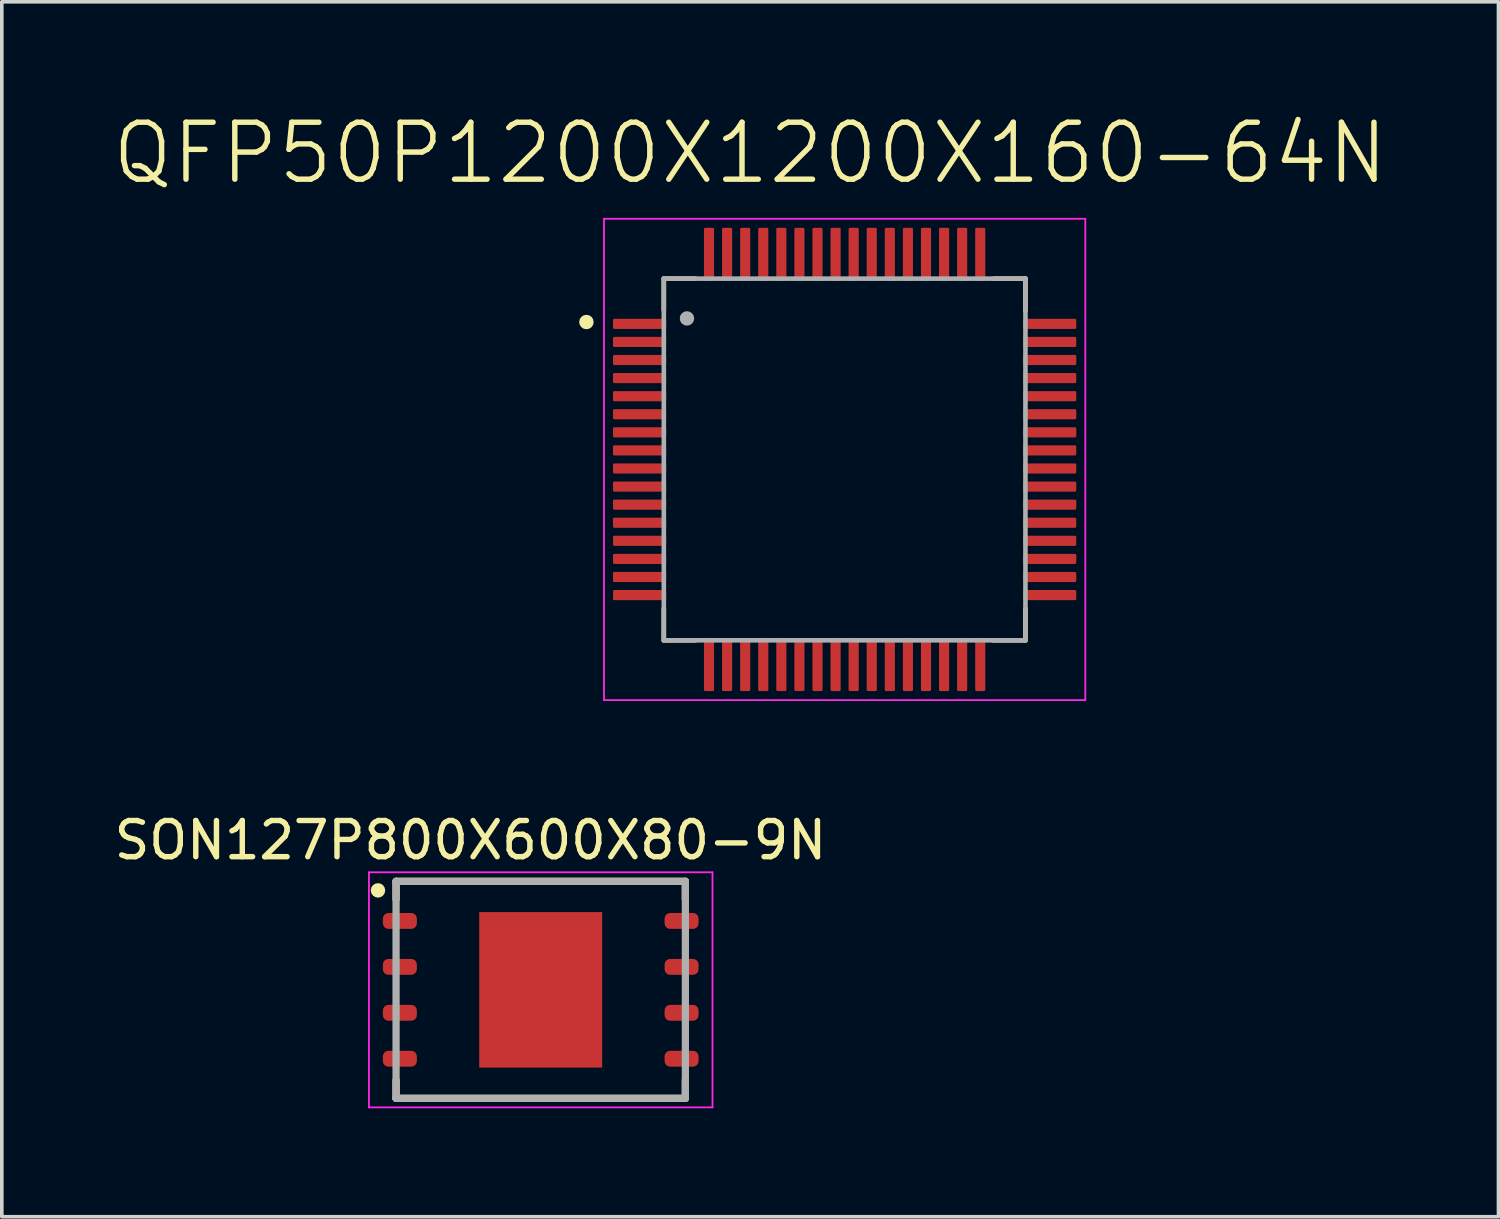
<source format=kicad_pcb>
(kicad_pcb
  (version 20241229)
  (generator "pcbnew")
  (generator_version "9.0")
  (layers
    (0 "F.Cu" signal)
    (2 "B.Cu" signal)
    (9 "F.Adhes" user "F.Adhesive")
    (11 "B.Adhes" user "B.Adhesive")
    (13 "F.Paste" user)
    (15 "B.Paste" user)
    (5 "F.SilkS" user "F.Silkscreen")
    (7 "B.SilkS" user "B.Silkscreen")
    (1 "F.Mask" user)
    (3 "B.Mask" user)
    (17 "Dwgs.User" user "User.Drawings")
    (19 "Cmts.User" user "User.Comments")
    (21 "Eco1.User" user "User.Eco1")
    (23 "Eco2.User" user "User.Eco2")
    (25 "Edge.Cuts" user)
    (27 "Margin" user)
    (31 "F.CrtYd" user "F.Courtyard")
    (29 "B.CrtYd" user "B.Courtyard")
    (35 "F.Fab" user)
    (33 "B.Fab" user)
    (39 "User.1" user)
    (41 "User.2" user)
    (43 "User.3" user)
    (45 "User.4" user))
  (footprint "SON127P800X600X80-9N"
    (layer "F.Cu")
    (at 11.902 24.321)
    (property "Reference" "SON127P800X600X80-9N" (at -1.943 -4.137 0) (layer "F.SilkS") (effects (font (size 1 1) (thickness 0.15))))
    (attr smd)
    (fp_line (start -4 -3) (end 4 -3) (stroke (width 0.2) (type solid)) (layer "F.SilkS"))
    (fp_line (start -4 -2.5) (end -4 -3) (stroke (width 0.2) (type solid)) (layer "F.SilkS"))
    (fp_line (start -4 2.5) (end -4 3) (stroke (width 0.2) (type solid)) (layer "F.SilkS"))
    (fp_line (start -4 3) (end 4 3) (stroke (width 0.2) (type solid)) (layer "F.SilkS"))
    (fp_line (start 4 -3) (end 4 -2.5) (stroke (width 0.2) (type solid)) (layer "F.SilkS"))
    (fp_line (start 4 3) (end 4 2.5) (stroke (width 0.2) (type solid)) (layer "F.SilkS"))
    (fp_circle (center -4.5 -2.75) (end -4.4 -2.75) (stroke (width 0.2) (type solid)) (fill no) (layer "F.SilkS"))
    (fp_poly (pts (xy -1.335 -0.185) (xy -1.335 -1.785) (xy -0.185 -1.785) (xy -0.185 -0.185)) (stroke (width 0.01) (type solid)) (fill yes) (layer "F.Paste"))
    (fp_poly (pts (xy -1.335 1.785) (xy -1.335 0.185) (xy -0.185 0.185) (xy -0.185 1.785)) (stroke (width 0.01) (type solid)) (fill yes) (layer "F.Paste"))
    (fp_poly (pts (xy 1.335 -1.785) (xy 1.335 -0.185) (xy 0.185 -0.185) (xy 0.185 -1.785)) (stroke (width 0.01) (type solid)) (fill yes) (layer "F.Paste"))
    (fp_poly (pts (xy 1.335 0.185) (xy 1.335 1.785) (xy 0.185 1.785) (xy 0.185 0.185)) (stroke (width 0.01) (type solid)) (fill yes) (layer "F.Paste"))
    (fp_line (start -4.75 -3.25) (end 4.75 -3.25) (stroke (width 0.05) (type solid)) (layer "F.CrtYd"))
    (fp_line (start -4.75 3.25) (end -4.75 -3.25) (stroke (width 0.05) (type solid)) (layer "F.CrtYd"))
    (fp_line (start 4.75 -3.25) (end 4.75 3.25) (stroke (width 0.05) (type solid)) (layer "F.CrtYd"))
    (fp_line (start 4.75 3.25) (end -4.75 3.25) (stroke (width 0.05) (type solid)) (layer "F.CrtYd"))
    (fp_line (start -4 -3) (end 4 -3) (stroke (width 0.2) (type solid)) (layer "F.Fab"))
    (fp_line (start -4 3) (end -4 -3) (stroke (width 0.2) (type solid)) (layer "F.Fab"))
    (fp_line (start 4 -3) (end 4 3) (stroke (width 0.2) (type solid)) (layer "F.Fab"))
    (fp_line (start 4 3) (end -4 3) (stroke (width 0.2) (type solid)) (layer "F.Fab"))
    (pad "1" smd roundrect (at -3.895 -1.905) (size 0.94 0.44) (layers "F.Cu" "F.Mask" "F.Paste") (roundrect_rratio 0.35))
    (pad "2" smd roundrect (at -3.895 -0.635) (size 0.94 0.44) (layers "F.Cu" "F.Mask" "F.Paste") (roundrect_rratio 0.35))
    (pad "3" smd roundrect (at -3.895 0.635) (size 0.94 0.44) (layers "F.Cu" "F.Mask" "F.Paste") (roundrect_rratio 0.35))
    (pad "4" smd roundrect (at -3.895 1.905) (size 0.94 0.44) (layers "F.Cu" "F.Mask" "F.Paste") (roundrect_rratio 0.35))
    (pad "5" smd roundrect (at 3.895 1.905) (size 0.94 0.44) (layers "F.Cu" "F.Mask" "F.Paste") (roundrect_rratio 0.35))
    (pad "6" smd roundrect (at 3.895 0.635) (size 0.94 0.44) (layers "F.Cu" "F.Mask" "F.Paste") (roundrect_rratio 0.35))
    (pad "7" smd roundrect (at 3.895 -0.635) (size 0.94 0.44) (layers "F.Cu" "F.Mask" "F.Paste") (roundrect_rratio 0.35))
    (pad "8" smd roundrect (at 3.895 -1.905) (size 0.94 0.44) (layers "F.Cu" "F.Mask" "F.Paste") (roundrect_rratio 0.35))
    (pad "9" smd rect (at 0 0) (size 3.4 4.3) (layers "F.Cu" "F.Mask")))
  (footprint "QFP50P1200X1200X160-64N"
    (layer "F.Cu")
    (at 20.306 9.655)
    (property "Reference" "QFP50P1200X1200X160-64N" (at -2.613 -8.471 0) (layer "F.SilkS") (effects (font (size 1.575 1.575) (thickness 0.15))))
    (attr smd)
    (fp_line (start -5 -5) (end -5 -4.125) (stroke (width 0.127) (type solid)) (layer "F.SilkS"))
    (fp_line (start -5 -5) (end -4.125 -5) (stroke (width 0.127) (type solid)) (layer "F.SilkS"))
    (fp_line (start -5 5) (end -5 4.125) (stroke (width 0.127) (type solid)) (layer "F.SilkS"))
    (fp_line (start -5 5) (end -4.125 5) (stroke (width 0.127) (type solid)) (layer "F.SilkS"))
    (fp_line (start 5 -5) (end 4.125 -5) (stroke (width 0.127) (type solid)) (layer "F.SilkS"))
    (fp_line (start 5 -5) (end 5 -4.125) (stroke (width 0.127) (type solid)) (layer "F.SilkS"))
    (fp_line (start 5 5) (end 4.093 5) (stroke (width 0.127) (type solid)) (layer "F.SilkS"))
    (fp_line (start 5 5) (end 5 4.125) (stroke (width 0.127) (type solid)) (layer "F.SilkS"))
    (fp_circle (center -7.14 -3.8) (end -7.04 -3.8) (stroke (width 0.2) (type solid)) (fill no) (layer "F.SilkS"))
    (fp_line (start -6.655 -6.655) (end 6.655 -6.655) (stroke (width 0.05) (type solid)) (layer "F.CrtYd"))
    (fp_line (start -6.655 6.655) (end -6.655 -6.655) (stroke (width 0.05) (type solid)) (layer "F.CrtYd"))
    (fp_line (start -6.655 6.655) (end 6.655 6.655) (stroke (width 0.05) (type solid)) (layer "F.CrtYd"))
    (fp_line (start 6.655 6.655) (end 6.655 -6.655) (stroke (width 0.05) (type solid)) (layer "F.CrtYd"))
    (fp_line (start -5 -5) (end 5 -5) (stroke (width 0.127) (type solid)) (layer "F.Fab"))
    (fp_line (start -5 5) (end -5 -5) (stroke (width 0.127) (type solid)) (layer "F.Fab"))
    (fp_line (start -5 5) (end 5 5) (stroke (width 0.127) (type solid)) (layer "F.Fab"))
    (fp_line (start 5 5) (end 5 -5) (stroke (width 0.127) (type solid)) (layer "F.Fab"))
    (fp_circle (center -4.36 -3.9) (end -4.26 -3.9) (stroke (width 0.2) (type solid)) (fill no) (layer "F.Fab"))
    (pad "1" smd roundrect (at -5.67 -3.75) (size 1.47 0.28) (layers "F.Cu" "F.Mask" "F.Paste") (roundrect_rratio 0.125))
    (pad "2" smd roundrect (at -5.67 -3.25) (size 1.47 0.28) (layers "F.Cu" "F.Mask" "F.Paste") (roundrect_rratio 0.125))
    (pad "3" smd roundrect (at -5.67 -2.75) (size 1.47 0.28) (layers "F.Cu" "F.Mask" "F.Paste") (roundrect_rratio 0.125))
    (pad "4" smd roundrect (at -5.67 -2.25) (size 1.47 0.28) (layers "F.Cu" "F.Mask" "F.Paste") (roundrect_rratio 0.125))
    (pad "5" smd roundrect (at -5.67 -1.75) (size 1.47 0.28) (layers "F.Cu" "F.Mask" "F.Paste") (roundrect_rratio 0.125))
    (pad "6" smd roundrect (at -5.67 -1.25) (size 1.47 0.28) (layers "F.Cu" "F.Mask" "F.Paste") (roundrect_rratio 0.125))
    (pad "7" smd roundrect (at -5.67 -0.75) (size 1.47 0.28) (layers "F.Cu" "F.Mask" "F.Paste") (roundrect_rratio 0.125))
    (pad "8" smd roundrect (at -5.67 -0.25) (size 1.47 0.28) (layers "F.Cu" "F.Mask" "F.Paste") (roundrect_rratio 0.125))
    (pad "9" smd roundrect (at -5.67 0.25) (size 1.47 0.28) (layers "F.Cu" "F.Mask" "F.Paste") (roundrect_rratio 0.125))
    (pad "10" smd roundrect (at -5.67 0.75) (size 1.47 0.28) (layers "F.Cu" "F.Mask" "F.Paste") (roundrect_rratio 0.125))
    (pad "11" smd roundrect (at -5.67 1.25) (size 1.47 0.28) (layers "F.Cu" "F.Mask" "F.Paste") (roundrect_rratio 0.125))
    (pad "12" smd roundrect (at -5.67 1.75) (size 1.47 0.28) (layers "F.Cu" "F.Mask" "F.Paste") (roundrect_rratio 0.125))
    (pad "13" smd roundrect (at -5.67 2.25) (size 1.47 0.28) (layers "F.Cu" "F.Mask" "F.Paste") (roundrect_rratio 0.125))
    (pad "14" smd roundrect (at -5.67 2.75) (size 1.47 0.28) (layers "F.Cu" "F.Mask" "F.Paste") (roundrect_rratio 0.125))
    (pad "15" smd roundrect (at -5.67 3.25) (size 1.47 0.28) (layers "F.Cu" "F.Mask" "F.Paste") (roundrect_rratio 0.125))
    (pad "16" smd roundrect (at -5.67 3.75) (size 1.47 0.28) (layers "F.Cu" "F.Mask" "F.Paste") (roundrect_rratio 0.125))
    (pad "17" smd roundrect (at -3.75 5.67) (size 0.28 1.47) (layers "F.Cu" "F.Mask" "F.Paste") (roundrect_rratio 0.125))
    (pad "18" smd roundrect (at -3.25 5.67) (size 0.28 1.47) (layers "F.Cu" "F.Mask" "F.Paste") (roundrect_rratio 0.125))
    (pad "19" smd roundrect (at -2.75 5.67) (size 0.28 1.47) (layers "F.Cu" "F.Mask" "F.Paste") (roundrect_rratio 0.125))
    (pad "20" smd roundrect (at -2.25 5.67) (size 0.28 1.47) (layers "F.Cu" "F.Mask" "F.Paste") (roundrect_rratio 0.125))
    (pad "21" smd roundrect (at -1.75 5.67) (size 0.28 1.47) (layers "F.Cu" "F.Mask" "F.Paste") (roundrect_rratio 0.125))
    (pad "22" smd roundrect (at -1.25 5.67) (size 0.28 1.47) (layers "F.Cu" "F.Mask" "F.Paste") (roundrect_rratio 0.125))
    (pad "23" smd roundrect (at -0.75 5.67) (size 0.28 1.47) (layers "F.Cu" "F.Mask" "F.Paste") (roundrect_rratio 0.125))
    (pad "24" smd roundrect (at -0.25 5.67) (size 0.28 1.47) (layers "F.Cu" "F.Mask" "F.Paste") (roundrect_rratio 0.125))
    (pad "25" smd roundrect (at 0.25 5.67) (size 0.28 1.47) (layers "F.Cu" "F.Mask" "F.Paste") (roundrect_rratio 0.125))
    (pad "26" smd roundrect (at 0.75 5.67) (size 0.28 1.47) (layers "F.Cu" "F.Mask" "F.Paste") (roundrect_rratio 0.125))
    (pad "27" smd roundrect (at 1.25 5.67) (size 0.28 1.47) (layers "F.Cu" "F.Mask" "F.Paste") (roundrect_rratio 0.125))
    (pad "28" smd roundrect (at 1.75 5.67) (size 0.28 1.47) (layers "F.Cu" "F.Mask" "F.Paste") (roundrect_rratio 0.125))
    (pad "29" smd roundrect (at 2.25 5.67) (size 0.28 1.47) (layers "F.Cu" "F.Mask" "F.Paste") (roundrect_rratio 0.125))
    (pad "30" smd roundrect (at 2.75 5.67) (size 0.28 1.47) (layers "F.Cu" "F.Mask" "F.Paste") (roundrect_rratio 0.125))
    (pad "31" smd roundrect (at 3.25 5.67) (size 0.28 1.47) (layers "F.Cu" "F.Mask" "F.Paste") (roundrect_rratio 0.125))
    (pad "32" smd roundrect (at 3.75 5.67) (size 0.28 1.47) (layers "F.Cu" "F.Mask" "F.Paste") (roundrect_rratio 0.125))
    (pad "33" smd roundrect (at 5.67 3.75) (size 1.47 0.28) (layers "F.Cu" "F.Mask" "F.Paste") (roundrect_rratio 0.125))
    (pad "34" smd roundrect (at 5.67 3.25) (size 1.47 0.28) (layers "F.Cu" "F.Mask" "F.Paste") (roundrect_rratio 0.125))
    (pad "35" smd roundrect (at 5.67 2.75) (size 1.47 0.28) (layers "F.Cu" "F.Mask" "F.Paste") (roundrect_rratio 0.125))
    (pad "36" smd roundrect (at 5.67 2.25) (size 1.47 0.28) (layers "F.Cu" "F.Mask" "F.Paste") (roundrect_rratio 0.125))
    (pad "37" smd roundrect (at 5.67 1.75) (size 1.47 0.28) (layers "F.Cu" "F.Mask" "F.Paste") (roundrect_rratio 0.125))
    (pad "38" smd roundrect (at 5.67 1.25) (size 1.47 0.28) (layers "F.Cu" "F.Mask" "F.Paste") (roundrect_rratio 0.125))
    (pad "39" smd roundrect (at 5.67 0.75) (size 1.47 0.28) (layers "F.Cu" "F.Mask" "F.Paste") (roundrect_rratio 0.125))
    (pad "40" smd roundrect (at 5.67 0.25) (size 1.47 0.28) (layers "F.Cu" "F.Mask" "F.Paste") (roundrect_rratio 0.125))
    (pad "41" smd roundrect (at 5.67 -0.25) (size 1.47 0.28) (layers "F.Cu" "F.Mask" "F.Paste") (roundrect_rratio 0.125))
    (pad "42" smd roundrect (at 5.67 -0.75) (size 1.47 0.28) (layers "F.Cu" "F.Mask" "F.Paste") (roundrect_rratio 0.125))
    (pad "43" smd roundrect (at 5.67 -1.25) (size 1.47 0.28) (layers "F.Cu" "F.Mask" "F.Paste") (roundrect_rratio 0.125))
    (pad "44" smd roundrect (at 5.67 -1.75) (size 1.47 0.28) (layers "F.Cu" "F.Mask" "F.Paste") (roundrect_rratio 0.125))
    (pad "45" smd roundrect (at 5.67 -2.25) (size 1.47 0.28) (layers "F.Cu" "F.Mask" "F.Paste") (roundrect_rratio 0.125))
    (pad "46" smd roundrect (at 5.67 -2.75) (size 1.47 0.28) (layers "F.Cu" "F.Mask" "F.Paste") (roundrect_rratio 0.125))
    (pad "47" smd roundrect (at 5.67 -3.25) (size 1.47 0.28) (layers "F.Cu" "F.Mask" "F.Paste") (roundrect_rratio 0.125))
    (pad "48" smd roundrect (at 5.67 -3.75) (size 1.47 0.28) (layers "F.Cu" "F.Mask" "F.Paste") (roundrect_rratio 0.125))
    (pad "49" smd roundrect (at 3.75 -5.67) (size 0.28 1.47) (layers "F.Cu" "F.Mask" "F.Paste") (roundrect_rratio 0.125))
    (pad "50" smd roundrect (at 3.25 -5.67) (size 0.28 1.47) (layers "F.Cu" "F.Mask" "F.Paste") (roundrect_rratio 0.125))
    (pad "51" smd roundrect (at 2.75 -5.67) (size 0.28 1.47) (layers "F.Cu" "F.Mask" "F.Paste") (roundrect_rratio 0.125))
    (pad "52" smd roundrect (at 2.25 -5.67) (size 0.28 1.47) (layers "F.Cu" "F.Mask" "F.Paste") (roundrect_rratio 0.125))
    (pad "53" smd roundrect (at 1.75 -5.67) (size 0.28 1.47) (layers "F.Cu" "F.Mask" "F.Paste") (roundrect_rratio 0.125))
    (pad "54" smd roundrect (at 1.25 -5.67) (size 0.28 1.47) (layers "F.Cu" "F.Mask" "F.Paste") (roundrect_rratio 0.125))
    (pad "55" smd roundrect (at 0.75 -5.67) (size 0.28 1.47) (layers "F.Cu" "F.Mask" "F.Paste") (roundrect_rratio 0.125))
    (pad "56" smd roundrect (at 0.25 -5.67) (size 0.28 1.47) (layers "F.Cu" "F.Mask" "F.Paste") (roundrect_rratio 0.125))
    (pad "57" smd roundrect (at -0.25 -5.67) (size 0.28 1.47) (layers "F.Cu" "F.Mask" "F.Paste") (roundrect_rratio 0.125))
    (pad "58" smd roundrect (at -0.75 -5.67) (size 0.28 1.47) (layers "F.Cu" "F.Mask" "F.Paste") (roundrect_rratio 0.125))
    (pad "59" smd roundrect (at -1.25 -5.67) (size 0.28 1.47) (layers "F.Cu" "F.Mask" "F.Paste") (roundrect_rratio 0.125))
    (pad "60" smd roundrect (at -1.75 -5.67) (size 0.28 1.47) (layers "F.Cu" "F.Mask" "F.Paste") (roundrect_rratio 0.125))
    (pad "61" smd roundrect (at -2.25 -5.67) (size 0.28 1.47) (layers "F.Cu" "F.Mask" "F.Paste") (roundrect_rratio 0.125))
    (pad "62" smd roundrect (at -2.75 -5.67) (size 0.28 1.47) (layers "F.Cu" "F.Mask" "F.Paste") (roundrect_rratio 0.125))
    (pad "63" smd roundrect (at -3.25 -5.67) (size 0.28 1.47) (layers "F.Cu" "F.Mask" "F.Paste") (roundrect_rratio 0.125))
    (pad "64" smd roundrect (at -3.75 -5.67) (size 0.28 1.47) (layers "F.Cu" "F.Mask" "F.Paste") (roundrect_rratio 0.125)))
  (gr_rect
    (start -3 -3)
    (end 38.386 30.596)
    (stroke (width 0.1) (type default))
    (fill no)
    (layer "Edge.Cuts")))
</source>
